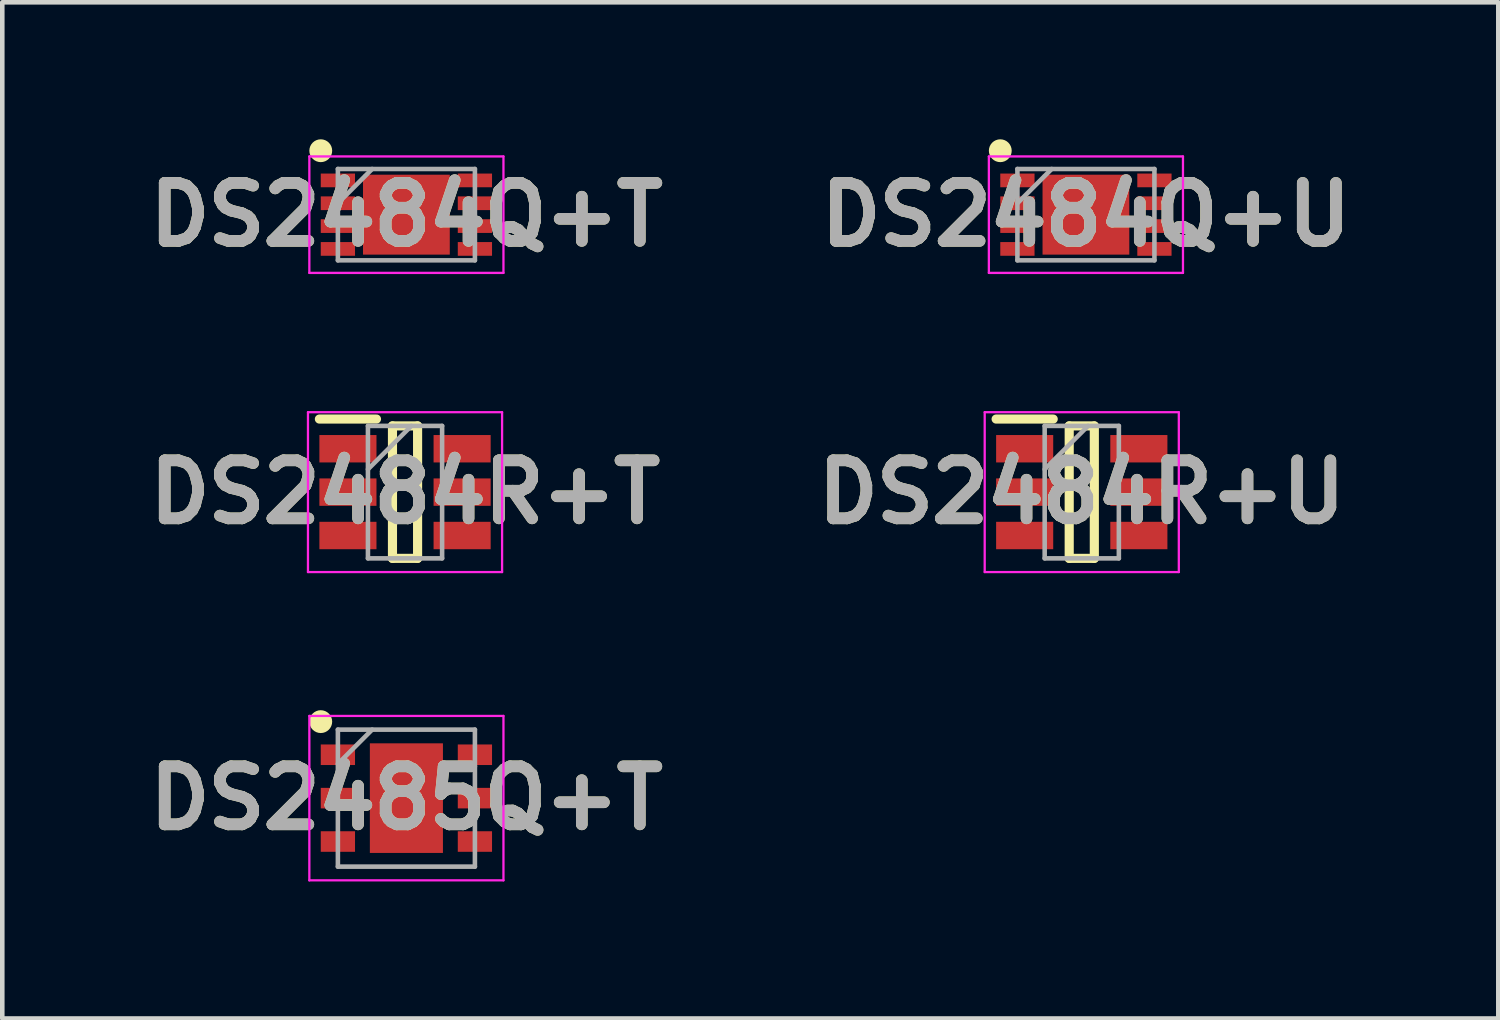
<source format=kicad_pcb>
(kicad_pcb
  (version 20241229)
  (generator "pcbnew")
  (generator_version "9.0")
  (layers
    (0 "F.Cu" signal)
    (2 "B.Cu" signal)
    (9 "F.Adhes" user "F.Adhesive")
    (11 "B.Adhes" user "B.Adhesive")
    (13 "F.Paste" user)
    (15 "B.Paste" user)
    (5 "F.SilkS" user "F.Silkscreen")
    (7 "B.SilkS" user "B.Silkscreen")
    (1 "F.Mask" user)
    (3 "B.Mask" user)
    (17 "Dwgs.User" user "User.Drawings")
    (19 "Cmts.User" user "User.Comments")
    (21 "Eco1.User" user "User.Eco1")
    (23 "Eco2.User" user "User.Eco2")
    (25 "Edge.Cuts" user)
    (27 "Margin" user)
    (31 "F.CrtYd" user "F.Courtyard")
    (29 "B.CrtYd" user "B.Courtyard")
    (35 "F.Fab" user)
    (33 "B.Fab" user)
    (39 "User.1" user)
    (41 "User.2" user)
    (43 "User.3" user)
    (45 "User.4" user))
  (footprint "DS2484R+U"
    (layer "F.Cu")
    (at 20.635 7.725)
    (property "Reference" "DS2484R+U" (at 0 0 0) (layer "F.SilkS") (effects (font (size 1.27 1.27) (thickness 0.254))))
    (attr smd)
    (fp_line (start -1.875 -1.6) (end -0.625 -1.6) (stroke (width 0.2) (type solid)) (layer "F.SilkS"))
    (fp_line (start -0.275 -1.45) (end 0.275 -1.45) (stroke (width 0.2) (type solid)) (layer "F.SilkS"))
    (fp_line (start -0.275 1.45) (end -0.275 -1.45) (stroke (width 0.2) (type solid)) (layer "F.SilkS"))
    (fp_line (start 0.275 -1.45) (end 0.275 1.45) (stroke (width 0.2) (type solid)) (layer "F.SilkS"))
    (fp_line (start 0.275 1.45) (end -0.275 1.45) (stroke (width 0.2) (type solid)) (layer "F.SilkS"))
    (fp_line (start -2.125 -1.75) (end 2.125 -1.75) (stroke (width 0.05) (type solid)) (layer "F.CrtYd"))
    (fp_line (start -2.125 1.75) (end -2.125 -1.75) (stroke (width 0.05) (type solid)) (layer "F.CrtYd"))
    (fp_line (start 2.125 -1.75) (end 2.125 1.75) (stroke (width 0.05) (type solid)) (layer "F.CrtYd"))
    (fp_line (start 2.125 1.75) (end -2.125 1.75) (stroke (width 0.05) (type solid)) (layer "F.CrtYd"))
    (fp_line (start -0.812 -1.45) (end 0.812 -1.45) (stroke (width 0.1) (type solid)) (layer "F.Fab"))
    (fp_line (start -0.812 -0.5) (end 0.138 -1.45) (stroke (width 0.1) (type solid)) (layer "F.Fab"))
    (fp_line (start -0.812 1.45) (end -0.812 -1.45) (stroke (width 0.1) (type solid)) (layer "F.Fab"))
    (fp_line (start 0.812 -1.45) (end 0.812 1.45) (stroke (width 0.1) (type solid)) (layer "F.Fab"))
    (fp_line (start 0.812 1.45) (end -0.812 1.45) (stroke (width 0.1) (type solid)) (layer "F.Fab"))
    (fp_text user "${REFERENCE}" (at 0 0 0) (layer "F.Fab") (effects (font (size 1.27 1.27) (thickness 0.254))))
    (pad "1" smd rect (at -1.25 -0.95 90) (size 0.6 1.25) (layers "F.Cu" "F.Mask" "F.Paste"))
    (pad "2" smd rect (at -1.25 0 90) (size 0.6 1.25) (layers "F.Cu" "F.Mask" "F.Paste"))
    (pad "3" smd rect (at -1.25 0.95 90) (size 0.6 1.25) (layers "F.Cu" "F.Mask" "F.Paste"))
    (pad "4" smd rect (at 1.25 0.95 90) (size 0.6 1.25) (layers "F.Cu" "F.Mask" "F.Paste"))
    (pad "5" smd rect (at 1.25 0 90) (size 0.6 1.25) (layers "F.Cu" "F.Mask" "F.Paste"))
    (pad "6" smd rect (at 1.25 -0.95 90) (size 0.6 1.25) (layers "F.Cu" "F.Mask" "F.Paste")))
  (footprint "DS2485Q+T"
    (layer "F.Cu")
    (at 5.848 14.425)
    (property "Reference" "DS2485Q+T" (at 0 0 0) (layer "F.SilkS") (effects (font (size 1.27 1.27) (thickness 0.254))))
    (attr smd)
    (fp_circle (center -1.875 -1.675) (end -1.875 -1.55) (stroke (width 0.25) (type solid)) (fill no) (layer "F.SilkS"))
    (fp_line (start -2.125 -1.8) (end 2.125 -1.8) (stroke (width 0.05) (type solid)) (layer "F.CrtYd"))
    (fp_line (start -2.125 1.8) (end -2.125 -1.8) (stroke (width 0.05) (type solid)) (layer "F.CrtYd"))
    (fp_line (start 2.125 -1.8) (end 2.125 1.8) (stroke (width 0.05) (type solid)) (layer "F.CrtYd"))
    (fp_line (start 2.125 1.8) (end -2.125 1.8) (stroke (width 0.05) (type solid)) (layer "F.CrtYd"))
    (fp_line (start -1.5 -1.5) (end 1.5 -1.5) (stroke (width 0.1) (type solid)) (layer "F.Fab"))
    (fp_line (start -1.5 -0.75) (end -0.75 -1.5) (stroke (width 0.1) (type solid)) (layer "F.Fab"))
    (fp_line (start -1.5 1.5) (end -1.5 -1.5) (stroke (width 0.1) (type solid)) (layer "F.Fab"))
    (fp_line (start 1.5 -1.5) (end 1.5 1.5) (stroke (width 0.1) (type solid)) (layer "F.Fab"))
    (fp_line (start 1.5 1.5) (end -1.5 1.5) (stroke (width 0.1) (type solid)) (layer "F.Fab"))
    (fp_text user "${REFERENCE}" (at 0 0 0) (layer "F.Fab") (effects (font (size 1.27 1.27) (thickness 0.254))))
    (pad "1" smd rect (at -1.5 -0.95 90) (size 0.45 0.75) (layers "F.Cu" "F.Mask" "F.Paste"))
    (pad "2" smd rect (at -1.5 0 90) (size 0.45 0.75) (layers "F.Cu" "F.Mask" "F.Paste"))
    (pad "3" smd rect (at -1.5 0.95 90) (size 0.45 0.75) (layers "F.Cu" "F.Mask" "F.Paste"))
    (pad "4" smd rect (at 1.5 0.95 90) (size 0.45 0.75) (layers "F.Cu" "F.Mask" "F.Paste"))
    (pad "5" smd rect (at 1.5 0 90) (size 0.45 0.75) (layers "F.Cu" "F.Mask" "F.Paste"))
    (pad "6" smd rect (at 1.5 -0.95 90) (size 0.45 0.75) (layers "F.Cu" "F.Mask" "F.Paste"))
    (pad "7" smd rect (at 0 0) (size 1.6 2.4) (layers "F.Cu" "F.Mask" "F.Paste")))
  (footprint "DS2484Q+U"
    (layer "F.Cu")
    (at 20.726 1.65)
    (property "Reference" "DS2484Q+U" (at 0 0 0) (layer "F.SilkS") (effects (font (size 1.27 1.27) (thickness 0.254))))
    (attr smd)
    (fp_circle (center -1.875 -1.4) (end -1.875 -1.275) (stroke (width 0.25) (type solid)) (fill no) (layer "F.SilkS"))
    (fp_line (start -2.125 -1.275) (end 2.125 -1.275) (stroke (width 0.05) (type solid)) (layer "F.CrtYd"))
    (fp_line (start -2.125 1.275) (end -2.125 -1.275) (stroke (width 0.05) (type solid)) (layer "F.CrtYd"))
    (fp_line (start 2.125 -1.275) (end 2.125 1.275) (stroke (width 0.05) (type solid)) (layer "F.CrtYd"))
    (fp_line (start 2.125 1.275) (end -2.125 1.275) (stroke (width 0.05) (type solid)) (layer "F.CrtYd"))
    (fp_line (start -1.5 -1) (end 1.5 -1) (stroke (width 0.1) (type solid)) (layer "F.Fab"))
    (fp_line (start -1.5 -0.25) (end -0.75 -1) (stroke (width 0.1) (type solid)) (layer "F.Fab"))
    (fp_line (start -1.5 1) (end -1.5 -1) (stroke (width 0.1) (type solid)) (layer "F.Fab"))
    (fp_line (start 1.5 -1) (end 1.5 1) (stroke (width 0.1) (type solid)) (layer "F.Fab"))
    (fp_line (start 1.5 1) (end -1.5 1) (stroke (width 0.1) (type solid)) (layer "F.Fab"))
    (fp_text user "${REFERENCE}" (at 0 0 0) (layer "F.Fab") (effects (font (size 1.27 1.27) (thickness 0.254))))
    (pad "1" smd rect (at -1.5 -0.75 90) (size 0.3 0.75) (layers "F.Cu" "F.Mask" "F.Paste"))
    (pad "2" smd rect (at -1.5 -0.25 90) (size 0.3 0.75) (layers "F.Cu" "F.Mask" "F.Paste"))
    (pad "3" smd rect (at -1.5 0.25 90) (size 0.3 0.75) (layers "F.Cu" "F.Mask" "F.Paste"))
    (pad "4" smd rect (at -1.5 0.75 90) (size 0.3 0.75) (layers "F.Cu" "F.Mask" "F.Paste"))
    (pad "5" smd rect (at 1.5 0.75 90) (size 0.3 0.75) (layers "F.Cu" "F.Mask" "F.Paste"))
    (pad "6" smd rect (at 1.5 0.25 90) (size 0.3 0.75) (layers "F.Cu" "F.Mask" "F.Paste"))
    (pad "7" smd rect (at 1.5 -0.25 90) (size 0.3 0.75) (layers "F.Cu" "F.Mask" "F.Paste"))
    (pad "8" smd rect (at 1.5 -0.75 90) (size 0.3 0.75) (layers "F.Cu" "F.Mask" "F.Paste"))
    (pad "9" smd rect (at 0 0 90) (size 1.75 1.9) (layers "F.Cu" "F.Mask" "F.Paste")))
  (footprint "DS2484Q+T"
    (layer "F.Cu")
    (at 5.848 1.65)
    (property "Reference" "DS2484Q+T" (at 0 0 0) (layer "F.SilkS") (effects (font (size 1.27 1.27) (thickness 0.254))))
    (attr smd)
    (fp_circle (center -1.875 -1.4) (end -1.875 -1.275) (stroke (width 0.25) (type solid)) (fill no) (layer "F.SilkS"))
    (fp_line (start -2.125 -1.275) (end 2.125 -1.275) (stroke (width 0.05) (type solid)) (layer "F.CrtYd"))
    (fp_line (start -2.125 1.275) (end -2.125 -1.275) (stroke (width 0.05) (type solid)) (layer "F.CrtYd"))
    (fp_line (start 2.125 -1.275) (end 2.125 1.275) (stroke (width 0.05) (type solid)) (layer "F.CrtYd"))
    (fp_line (start 2.125 1.275) (end -2.125 1.275) (stroke (width 0.05) (type solid)) (layer "F.CrtYd"))
    (fp_line (start -1.5 -1) (end 1.5 -1) (stroke (width 0.1) (type solid)) (layer "F.Fab"))
    (fp_line (start -1.5 -0.25) (end -0.75 -1) (stroke (width 0.1) (type solid)) (layer "F.Fab"))
    (fp_line (start -1.5 1) (end -1.5 -1) (stroke (width 0.1) (type solid)) (layer "F.Fab"))
    (fp_line (start 1.5 -1) (end 1.5 1) (stroke (width 0.1) (type solid)) (layer "F.Fab"))
    (fp_line (start 1.5 1) (end -1.5 1) (stroke (width 0.1) (type solid)) (layer "F.Fab"))
    (fp_text user "${REFERENCE}" (at 0 0 0) (layer "F.Fab") (effects (font (size 1.27 1.27) (thickness 0.254))))
    (pad "1" smd rect (at -1.5 -0.75 90) (size 0.3 0.75) (layers "F.Cu" "F.Mask" "F.Paste"))
    (pad "2" smd rect (at -1.5 -0.25 90) (size 0.3 0.75) (layers "F.Cu" "F.Mask" "F.Paste"))
    (pad "3" smd rect (at -1.5 0.25 90) (size 0.3 0.75) (layers "F.Cu" "F.Mask" "F.Paste"))
    (pad "4" smd rect (at -1.5 0.75 90) (size 0.3 0.75) (layers "F.Cu" "F.Mask" "F.Paste"))
    (pad "5" smd rect (at 1.5 0.75 90) (size 0.3 0.75) (layers "F.Cu" "F.Mask" "F.Paste"))
    (pad "6" smd rect (at 1.5 0.25 90) (size 0.3 0.75) (layers "F.Cu" "F.Mask" "F.Paste"))
    (pad "7" smd rect (at 1.5 -0.25 90) (size 0.3 0.75) (layers "F.Cu" "F.Mask" "F.Paste"))
    (pad "8" smd rect (at 1.5 -0.75 90) (size 0.3 0.75) (layers "F.Cu" "F.Mask" "F.Paste"))
    (pad "9" smd rect (at 0 0 90) (size 1.75 1.9) (layers "F.Cu" "F.Mask" "F.Paste")))
  (footprint "DS2484R+T"
    (layer "F.Cu")
    (at 5.818 7.725)
    (property "Reference" "DS2484R+T" (at 0 0 0) (layer "F.SilkS") (effects (font (size 1.27 1.27) (thickness 0.254))))
    (attr smd)
    (fp_line (start -1.875 -1.6) (end -0.625 -1.6) (stroke (width 0.2) (type solid)) (layer "F.SilkS"))
    (fp_line (start -0.275 -1.45) (end 0.275 -1.45) (stroke (width 0.2) (type solid)) (layer "F.SilkS"))
    (fp_line (start -0.275 1.45) (end -0.275 -1.45) (stroke (width 0.2) (type solid)) (layer "F.SilkS"))
    (fp_line (start 0.275 -1.45) (end 0.275 1.45) (stroke (width 0.2) (type solid)) (layer "F.SilkS"))
    (fp_line (start 0.275 1.45) (end -0.275 1.45) (stroke (width 0.2) (type solid)) (layer "F.SilkS"))
    (fp_line (start -2.125 -1.75) (end 2.125 -1.75) (stroke (width 0.05) (type solid)) (layer "F.CrtYd"))
    (fp_line (start -2.125 1.75) (end -2.125 -1.75) (stroke (width 0.05) (type solid)) (layer "F.CrtYd"))
    (fp_line (start 2.125 -1.75) (end 2.125 1.75) (stroke (width 0.05) (type solid)) (layer "F.CrtYd"))
    (fp_line (start 2.125 1.75) (end -2.125 1.75) (stroke (width 0.05) (type solid)) (layer "F.CrtYd"))
    (fp_line (start -0.812 -1.45) (end 0.812 -1.45) (stroke (width 0.1) (type solid)) (layer "F.Fab"))
    (fp_line (start -0.812 -0.5) (end 0.138 -1.45) (stroke (width 0.1) (type solid)) (layer "F.Fab"))
    (fp_line (start -0.812 1.45) (end -0.812 -1.45) (stroke (width 0.1) (type solid)) (layer "F.Fab"))
    (fp_line (start 0.812 -1.45) (end 0.812 1.45) (stroke (width 0.1) (type solid)) (layer "F.Fab"))
    (fp_line (start 0.812 1.45) (end -0.812 1.45) (stroke (width 0.1) (type solid)) (layer "F.Fab"))
    (fp_text user "${REFERENCE}" (at 0 0 0) (layer "F.Fab") (effects (font (size 1.27 1.27) (thickness 0.254))))
    (pad "1" smd rect (at -1.25 -0.95 90) (size 0.6 1.25) (layers "F.Cu" "F.Mask" "F.Paste"))
    (pad "2" smd rect (at -1.25 0 90) (size 0.6 1.25) (layers "F.Cu" "F.Mask" "F.Paste"))
    (pad "3" smd rect (at -1.25 0.95 90) (size 0.6 1.25) (layers "F.Cu" "F.Mask" "F.Paste"))
    (pad "4" smd rect (at 1.25 0.95 90) (size 0.6 1.25) (layers "F.Cu" "F.Mask" "F.Paste"))
    (pad "5" smd rect (at 1.25 0 90) (size 0.6 1.25) (layers "F.Cu" "F.Mask" "F.Paste"))
    (pad "6" smd rect (at 1.25 -0.95 90) (size 0.6 1.25) (layers "F.Cu" "F.Mask" "F.Paste")))
  (gr_rect
    (start -3 -3)
    (end 29.755 19.25)
    (stroke (width 0.1) (type default))
    (fill no)
    (layer "Edge.Cuts")))
</source>
